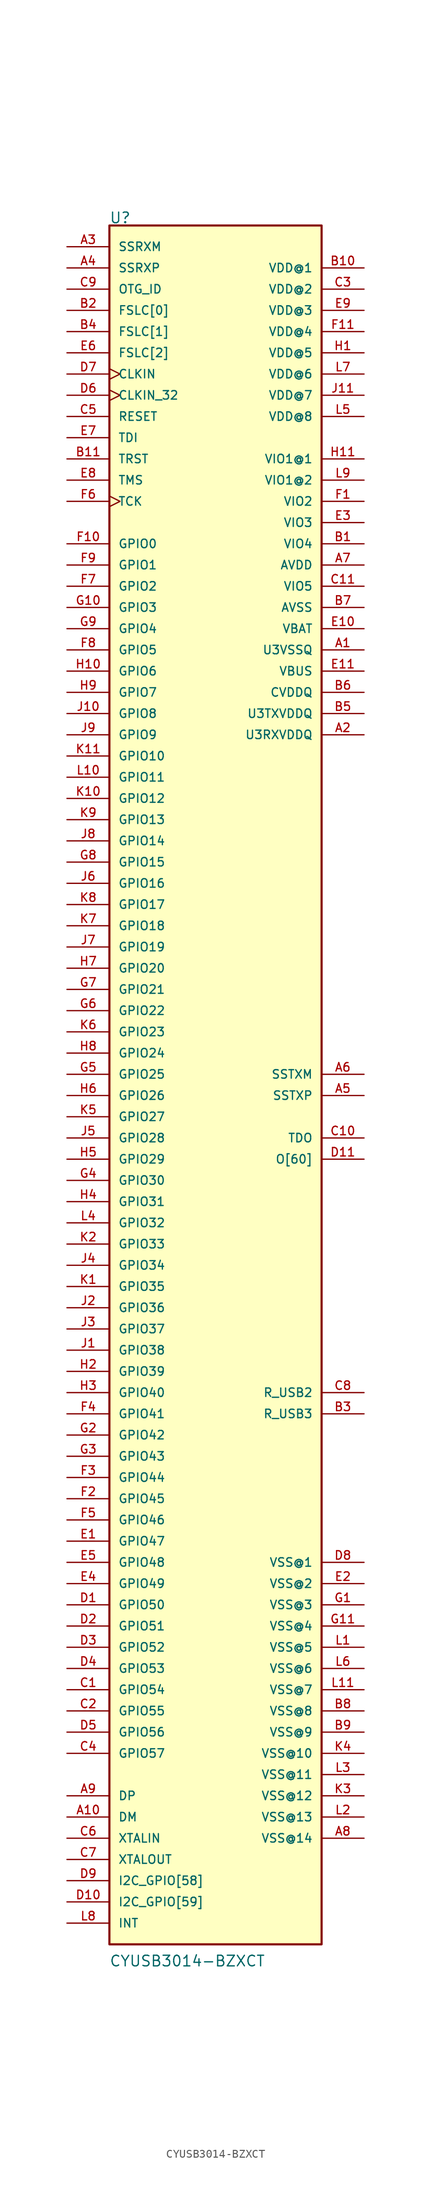
<source format=kicad_sym>
(kicad_symbol_lib
  (version 20211014)
  (generator kicad_symbol_editor)
  (symbol "CYUSB3014-BZXCT"
    (pin_names
      (offset 1.016))
    (property "Reference" "U"
      (at -12.723 96.693 0)
      (effects (font (size 1.27 1.27)) (justify bottom left)))
    (property "Value" "CYUSB3014-BZXCT"
      (at -12.723 -111.959 0)
      (effects (font (size 1.27 1.27)) (justify bottom left)))
    (symbol "CYUSB3014-BZXCT_0_0"
      (rectangle (start -12.7 -109.22) (end 12.7 96.52) (stroke (width 0.254)) (fill (type background)))
      (pin bidirectional line (at -17.78 58.42 0) (length 5.08) (name "GPIO0" (effects (font (size 1.016 1.016)))) (number "F10" (effects (font (size 1.016 1.016)))))
      (pin bidirectional line (at -17.78 55.88 0) (length 5.08) (name "GPIO1" (effects (font (size 1.016 1.016)))) (number "F9" (effects (font (size 1.016 1.016)))))
      (pin bidirectional line (at -17.78 53.34 0) (length 5.08) (name "GPIO2" (effects (font (size 1.016 1.016)))) (number "F7" (effects (font (size 1.016 1.016)))))
      (pin bidirectional line (at -17.78 50.8 0) (length 5.08) (name "GPIO3" (effects (font (size 1.016 1.016)))) (number "G10" (effects (font (size 1.016 1.016)))))
      (pin bidirectional line (at -17.78 48.26 0) (length 5.08) (name "GPIO4" (effects (font (size 1.016 1.016)))) (number "G9" (effects (font (size 1.016 1.016)))))
      (pin bidirectional line (at -17.78 45.72 0) (length 5.08) (name "GPIO5" (effects (font (size 1.016 1.016)))) (number "F8" (effects (font (size 1.016 1.016)))))
      (pin bidirectional line (at -17.78 43.18 0) (length 5.08) (name "GPIO6" (effects (font (size 1.016 1.016)))) (number "H10" (effects (font (size 1.016 1.016)))))
      (pin bidirectional line (at -17.78 40.64 0) (length 5.08) (name "GPIO7" (effects (font (size 1.016 1.016)))) (number "H9" (effects (font (size 1.016 1.016)))))
      (pin bidirectional line (at -17.78 38.1 0) (length 5.08) (name "GPIO8" (effects (font (size 1.016 1.016)))) (number "J10" (effects (font (size 1.016 1.016)))))
      (pin bidirectional line (at -17.78 35.56 0) (length 5.08) (name "GPIO9" (effects (font (size 1.016 1.016)))) (number "J9" (effects (font (size 1.016 1.016)))))
      (pin bidirectional line (at -17.78 33.02 0) (length 5.08) (name "GPIO10" (effects (font (size 1.016 1.016)))) (number "K11" (effects (font (size 1.016 1.016)))))
      (pin bidirectional line (at -17.78 30.48 0) (length 5.08) (name "GPIO11" (effects (font (size 1.016 1.016)))) (number "L10" (effects (font (size 1.016 1.016)))))
      (pin bidirectional line (at -17.78 27.94 0) (length 5.08) (name "GPIO12" (effects (font (size 1.016 1.016)))) (number "K10" (effects (font (size 1.016 1.016)))))
      (pin bidirectional line (at -17.78 25.4 0) (length 5.08) (name "GPIO13" (effects (font (size 1.016 1.016)))) (number "K9" (effects (font (size 1.016 1.016)))))
      (pin bidirectional line (at -17.78 22.86 0) (length 5.08) (name "GPIO14" (effects (font (size 1.016 1.016)))) (number "J8" (effects (font (size 1.016 1.016)))))
      (pin bidirectional line (at -17.78 20.32 0) (length 5.08) (name "GPIO15" (effects (font (size 1.016 1.016)))) (number "G8" (effects (font (size 1.016 1.016)))))
      (pin bidirectional line (at -17.78 17.78 0) (length 5.08) (name "GPIO16" (effects (font (size 1.016 1.016)))) (number "J6" (effects (font (size 1.016 1.016)))))
      (pin bidirectional line (at -17.78 15.24 0) (length 5.08) (name "GPIO17" (effects (font (size 1.016 1.016)))) (number "K8" (effects (font (size 1.016 1.016)))))
      (pin bidirectional line (at -17.78 12.7 0) (length 5.08) (name "GPIO18" (effects (font (size 1.016 1.016)))) (number "K7" (effects (font (size 1.016 1.016)))))
      (pin bidirectional line (at -17.78 10.16 0) (length 5.08) (name "GPIO19" (effects (font (size 1.016 1.016)))) (number "J7" (effects (font (size 1.016 1.016)))))
      (pin bidirectional line (at -17.78 7.62 0) (length 5.08) (name "GPIO20" (effects (font (size 1.016 1.016)))) (number "H7" (effects (font (size 1.016 1.016)))))
      (pin bidirectional line (at -17.78 5.08 0) (length 5.08) (name "GPIO21" (effects (font (size 1.016 1.016)))) (number "G7" (effects (font (size 1.016 1.016)))))
      (pin bidirectional line (at -17.78 2.54 0) (length 5.08) (name "GPIO22" (effects (font (size 1.016 1.016)))) (number "G6" (effects (font (size 1.016 1.016)))))
      (pin bidirectional line (at -17.78 0.0 0) (length 5.08) (name "GPIO23" (effects (font (size 1.016 1.016)))) (number "K6" (effects (font (size 1.016 1.016)))))
      (pin bidirectional line (at -17.78 -2.54 0) (length 5.08) (name "GPIO24" (effects (font (size 1.016 1.016)))) (number "H8" (effects (font (size 1.016 1.016)))))
      (pin bidirectional line (at -17.78 -5.08 0) (length 5.08) (name "GPIO25" (effects (font (size 1.016 1.016)))) (number "G5" (effects (font (size 1.016 1.016)))))
      (pin bidirectional line (at -17.78 -7.62 0) (length 5.08) (name "GPIO26" (effects (font (size 1.016 1.016)))) (number "H6" (effects (font (size 1.016 1.016)))))
      (pin bidirectional line (at -17.78 -10.16 0) (length 5.08) (name "GPIO27" (effects (font (size 1.016 1.016)))) (number "K5" (effects (font (size 1.016 1.016)))))
      (pin bidirectional line (at -17.78 -12.7 0) (length 5.08) (name "GPIO28" (effects (font (size 1.016 1.016)))) (number "J5" (effects (font (size 1.016 1.016)))))
      (pin bidirectional line (at -17.78 -15.24 0) (length 5.08) (name "GPIO29" (effects (font (size 1.016 1.016)))) (number "H5" (effects (font (size 1.016 1.016)))))
      (pin bidirectional line (at -17.78 -17.78 0) (length 5.08) (name "GPIO30" (effects (font (size 1.016 1.016)))) (number "G4" (effects (font (size 1.016 1.016)))))
      (pin bidirectional line (at -17.78 -20.32 0) (length 5.08) (name "GPIO31" (effects (font (size 1.016 1.016)))) (number "H4" (effects (font (size 1.016 1.016)))))
      (pin bidirectional line (at -17.78 -22.86 0) (length 5.08) (name "GPIO32" (effects (font (size 1.016 1.016)))) (number "L4" (effects (font (size 1.016 1.016)))))
      (pin bidirectional line (at -17.78 -25.4 0) (length 5.08) (name "GPIO33" (effects (font (size 1.016 1.016)))) (number "K2" (effects (font (size 1.016 1.016)))))
      (pin bidirectional line (at -17.78 -27.94 0) (length 5.08) (name "GPIO34" (effects (font (size 1.016 1.016)))) (number "J4" (effects (font (size 1.016 1.016)))))
      (pin bidirectional line (at -17.78 -30.48 0) (length 5.08) (name "GPIO35" (effects (font (size 1.016 1.016)))) (number "K1" (effects (font (size 1.016 1.016)))))
      (pin bidirectional line (at -17.78 -33.02 0) (length 5.08) (name "GPIO36" (effects (font (size 1.016 1.016)))) (number "J2" (effects (font (size 1.016 1.016)))))
      (pin bidirectional line (at -17.78 -35.56 0) (length 5.08) (name "GPIO37" (effects (font (size 1.016 1.016)))) (number "J3" (effects (font (size 1.016 1.016)))))
      (pin bidirectional line (at -17.78 -38.1 0) (length 5.08) (name "GPIO38" (effects (font (size 1.016 1.016)))) (number "J1" (effects (font (size 1.016 1.016)))))
      (pin bidirectional line (at -17.78 -40.64 0) (length 5.08) (name "GPIO39" (effects (font (size 1.016 1.016)))) (number "H2" (effects (font (size 1.016 1.016)))))
      (pin bidirectional line (at -17.78 -43.18 0) (length 5.08) (name "GPIO40" (effects (font (size 1.016 1.016)))) (number "H3" (effects (font (size 1.016 1.016)))))
      (pin bidirectional line (at -17.78 -45.72 0) (length 5.08) (name "GPIO41" (effects (font (size 1.016 1.016)))) (number "F4" (effects (font (size 1.016 1.016)))))
      (pin bidirectional line (at -17.78 -48.26 0) (length 5.08) (name "GPIO42" (effects (font (size 1.016 1.016)))) (number "G2" (effects (font (size 1.016 1.016)))))
      (pin bidirectional line (at -17.78 -50.8 0) (length 5.08) (name "GPIO43" (effects (font (size 1.016 1.016)))) (number "G3" (effects (font (size 1.016 1.016)))))
      (pin bidirectional line (at -17.78 -53.34 0) (length 5.08) (name "GPIO44" (effects (font (size 1.016 1.016)))) (number "F3" (effects (font (size 1.016 1.016)))))
      (pin bidirectional line (at -17.78 -55.88 0) (length 5.08) (name "GPIO45" (effects (font (size 1.016 1.016)))) (number "F2" (effects (font (size 1.016 1.016)))))
      (pin bidirectional line (at -17.78 -58.42 0) (length 5.08) (name "GPIO46" (effects (font (size 1.016 1.016)))) (number "F5" (effects (font (size 1.016 1.016)))))
      (pin bidirectional line (at -17.78 -60.96 0) (length 5.08) (name "GPIO47" (effects (font (size 1.016 1.016)))) (number "E1" (effects (font (size 1.016 1.016)))))
      (pin bidirectional line (at -17.78 -63.5 0) (length 5.08) (name "GPIO48" (effects (font (size 1.016 1.016)))) (number "E5" (effects (font (size 1.016 1.016)))))
      (pin bidirectional line (at -17.78 -66.04 0) (length 5.08) (name "GPIO49" (effects (font (size 1.016 1.016)))) (number "E4" (effects (font (size 1.016 1.016)))))
      (pin bidirectional line (at -17.78 -68.58 0) (length 5.08) (name "GPIO50" (effects (font (size 1.016 1.016)))) (number "D1" (effects (font (size 1.016 1.016)))))
      (pin bidirectional line (at -17.78 -71.12 0) (length 5.08) (name "GPIO51" (effects (font (size 1.016 1.016)))) (number "D2" (effects (font (size 1.016 1.016)))))
      (pin bidirectional line (at -17.78 -73.66 0) (length 5.08) (name "GPIO52" (effects (font (size 1.016 1.016)))) (number "D3" (effects (font (size 1.016 1.016)))))
      (pin bidirectional line (at -17.78 -76.2 0) (length 5.08) (name "GPIO53" (effects (font (size 1.016 1.016)))) (number "D4" (effects (font (size 1.016 1.016)))))
      (pin bidirectional line (at -17.78 -78.74 0) (length 5.08) (name "GPIO54" (effects (font (size 1.016 1.016)))) (number "C1" (effects (font (size 1.016 1.016)))))
      (pin bidirectional line (at -17.78 -81.28 0) (length 5.08) (name "GPIO55" (effects (font (size 1.016 1.016)))) (number "C2" (effects (font (size 1.016 1.016)))))
      (pin bidirectional line (at -17.78 -83.82 0) (length 5.08) (name "GPIO56" (effects (font (size 1.016 1.016)))) (number "D5" (effects (font (size 1.016 1.016)))))
      (pin bidirectional line (at -17.78 -86.36 0) (length 5.08) (name "GPIO57" (effects (font (size 1.016 1.016)))) (number "C4" (effects (font (size 1.016 1.016)))))
      (pin input line (at -17.78 93.98 0) (length 5.08) (name "SSRXM" (effects (font (size 1.016 1.016)))) (number "A3" (effects (font (size 1.016 1.016)))))
      (pin input line (at -17.78 91.44 0) (length 5.08) (name "SSRXP" (effects (font (size 1.016 1.016)))) (number "A4" (effects (font (size 1.016 1.016)))))
      (pin output line (at 17.78 -5.08 180.0) (length 5.08) (name "SSTXM" (effects (font (size 1.016 1.016)))) (number "A6" (effects (font (size 1.016 1.016)))))
      (pin output line (at 17.78 -7.62 180.0) (length 5.08) (name "SSTXP" (effects (font (size 1.016 1.016)))) (number "A5" (effects (font (size 1.016 1.016)))))
      (pin passive line (at 17.78 -45.72 180.0) (length 5.08) (name "R_USB3" (effects (font (size 1.016 1.016)))) (number "B3" (effects (font (size 1.016 1.016)))))
      (pin input line (at -17.78 88.9 0) (length 5.08) (name "OTG_ID" (effects (font (size 1.016 1.016)))) (number "C9" (effects (font (size 1.016 1.016)))))
      (pin bidirectional line (at -17.78 -91.44 0) (length 5.08) (name "DP" (effects (font (size 1.016 1.016)))) (number "A9" (effects (font (size 1.016 1.016)))))
      (pin bidirectional line (at -17.78 -93.98 0) (length 5.08) (name "DM" (effects (font (size 1.016 1.016)))) (number "A10" (effects (font (size 1.016 1.016)))))
      (pin passive line (at 17.78 -43.18 180.0) (length 5.08) (name "R_USB2" (effects (font (size 1.016 1.016)))) (number "C8" (effects (font (size 1.016 1.016)))))
      (pin input line (at -17.78 86.36 0) (length 5.08) (name "FSLC[0]" (effects (font (size 1.016 1.016)))) (number "B2" (effects (font (size 1.016 1.016)))))
      (pin bidirectional line (at -17.78 -96.52 0) (length 5.08) (name "XTALIN" (effects (font (size 1.016 1.016)))) (number "C6" (effects (font (size 1.016 1.016)))))
      (pin bidirectional line (at -17.78 -99.06 0) (length 5.08) (name "XTALOUT" (effects (font (size 1.016 1.016)))) (number "C7" (effects (font (size 1.016 1.016)))))
      (pin input line (at -17.78 83.82 0) (length 5.08) (name "FSLC[1]" (effects (font (size 1.016 1.016)))) (number "B4" (effects (font (size 1.016 1.016)))))
      (pin input line (at -17.78 81.28 0) (length 5.08) (name "FSLC[2]" (effects (font (size 1.016 1.016)))) (number "E6" (effects (font (size 1.016 1.016)))))
      (pin input clock (at -17.78 78.74 0) (length 5.08) (name "CLKIN" (effects (font (size 1.016 1.016)))) (number "D7" (effects (font (size 1.016 1.016)))))
      (pin input clock (at -17.78 76.2 0) (length 5.08) (name "CLKIN_32" (effects (font (size 1.016 1.016)))) (number "D6" (effects (font (size 1.016 1.016)))))
      (pin input line (at -17.78 73.66 0) (length 5.08) (name "RESET" (effects (font (size 1.016 1.016)))) (number "C5" (effects (font (size 1.016 1.016)))))
      (pin bidirectional line (at -17.78 -101.6 0) (length 5.08) (name "I2C_GPIO[58]" (effects (font (size 1.016 1.016)))) (number "D9" (effects (font (size 1.016 1.016)))))
      (pin bidirectional line (at -17.78 -104.14 0) (length 5.08) (name "I2C_GPIO[59]" (effects (font (size 1.016 1.016)))) (number "D10" (effects (font (size 1.016 1.016)))))
      (pin input line (at -17.78 71.12 0) (length 5.08) (name "TDI" (effects (font (size 1.016 1.016)))) (number "E7" (effects (font (size 1.016 1.016)))))
      (pin output line (at 17.78 -12.7 180.0) (length 5.08) (name "TDO" (effects (font (size 1.016 1.016)))) (number "C10" (effects (font (size 1.016 1.016)))))
      (pin input line (at -17.78 68.58 0) (length 5.08) (name "TRST" (effects (font (size 1.016 1.016)))) (number "B11" (effects (font (size 1.016 1.016)))))
      (pin input line (at -17.78 66.04 0) (length 5.08) (name "TMS" (effects (font (size 1.016 1.016)))) (number "E8" (effects (font (size 1.016 1.016)))))
      (pin input clock (at -17.78 63.5 0) (length 5.08) (name "TCK" (effects (font (size 1.016 1.016)))) (number "F6" (effects (font (size 1.016 1.016)))))
      (pin output line (at 17.78 -15.24 180.0) (length 5.08) (name "O[60]" (effects (font (size 1.016 1.016)))) (number "D11" (effects (font (size 1.016 1.016)))))
      (pin power_in line (at 17.78 48.26 180.0) (length 5.08) (name "VBAT" (effects (font (size 1.016 1.016)))) (number "E10" (effects (font (size 1.016 1.016)))))
      (pin power_in line (at 17.78 45.72 180.0) (length 5.08) (name "U3VSSQ" (effects (font (size 1.016 1.016)))) (number "A1" (effects (font (size 1.016 1.016)))))
      (pin power_in line (at 17.78 43.18 180.0) (length 5.08) (name "VBUS" (effects (font (size 1.016 1.016)))) (number "E11" (effects (font (size 1.016 1.016)))))
      (pin power_in line (at 17.78 40.64 180.0) (length 5.08) (name "CVDDQ" (effects (font (size 1.016 1.016)))) (number "B6" (effects (font (size 1.016 1.016)))))
      (pin power_in line (at 17.78 38.1 180.0) (length 5.08) (name "U3TXVDDQ" (effects (font (size 1.016 1.016)))) (number "B5" (effects (font (size 1.016 1.016)))))
      (pin power_in line (at 17.78 68.58 180.0) (length 5.08) (name "VIO1@1" (effects (font (size 1.016 1.016)))) (number "H11" (effects (font (size 1.016 1.016)))))
      (pin power_in line (at 17.78 66.04 180.0) (length 5.08) (name "VIO1@2" (effects (font (size 1.016 1.016)))) (number "L9" (effects (font (size 1.016 1.016)))))
      (pin power_in line (at 17.78 63.5 180.0) (length 5.08) (name "VIO2" (effects (font (size 1.016 1.016)))) (number "F1" (effects (font (size 1.016 1.016)))))
      (pin power_in line (at 17.78 60.96 180.0) (length 5.08) (name "VIO3" (effects (font (size 1.016 1.016)))) (number "E3" (effects (font (size 1.016 1.016)))))
      (pin power_in line (at 17.78 58.42 180.0) (length 5.08) (name "VIO4" (effects (font (size 1.016 1.016)))) (number "B1" (effects (font (size 1.016 1.016)))))
      (pin power_in line (at 17.78 55.88 180.0) (length 5.08) (name "AVDD" (effects (font (size 1.016 1.016)))) (number "A7" (effects (font (size 1.016 1.016)))))
      (pin power_in line (at 17.78 53.34 180.0) (length 5.08) (name "VIO5" (effects (font (size 1.016 1.016)))) (number "C11" (effects (font (size 1.016 1.016)))))
      (pin power_in line (at 17.78 50.8 180.0) (length 5.08) (name "AVSS" (effects (font (size 1.016 1.016)))) (number "B7" (effects (font (size 1.016 1.016)))))
      (pin power_in line (at 17.78 91.44 180.0) (length 5.08) (name "VDD@1" (effects (font (size 1.016 1.016)))) (number "B10" (effects (font (size 1.016 1.016)))))
      (pin power_in line (at 17.78 88.9 180.0) (length 5.08) (name "VDD@2" (effects (font (size 1.016 1.016)))) (number "C3" (effects (font (size 1.016 1.016)))))
      (pin power_in line (at 17.78 86.36 180.0) (length 5.08) (name "VDD@3" (effects (font (size 1.016 1.016)))) (number "E9" (effects (font (size 1.016 1.016)))))
      (pin power_in line (at 17.78 83.82 180.0) (length 5.08) (name "VDD@4" (effects (font (size 1.016 1.016)))) (number "F11" (effects (font (size 1.016 1.016)))))
      (pin power_in line (at 17.78 81.28 180.0) (length 5.08) (name "VDD@5" (effects (font (size 1.016 1.016)))) (number "H1" (effects (font (size 1.016 1.016)))))
      (pin power_in line (at 17.78 78.74 180.0) (length 5.08) (name "VDD@6" (effects (font (size 1.016 1.016)))) (number "L7" (effects (font (size 1.016 1.016)))))
      (pin power_in line (at 17.78 76.2 180.0) (length 5.08) (name "VDD@7" (effects (font (size 1.016 1.016)))) (number "J11" (effects (font (size 1.016 1.016)))))
      (pin power_in line (at 17.78 73.66 180.0) (length 5.08) (name "VDD@8" (effects (font (size 1.016 1.016)))) (number "L5" (effects (font (size 1.016 1.016)))))
      (pin power_in line (at 17.78 -63.5 180.0) (length 5.08) (name "VSS@1" (effects (font (size 1.016 1.016)))) (number "D8" (effects (font (size 1.016 1.016)))))
      (pin power_in line (at 17.78 -66.04 180.0) (length 5.08) (name "VSS@2" (effects (font (size 1.016 1.016)))) (number "E2" (effects (font (size 1.016 1.016)))))
      (pin power_in line (at 17.78 -68.58 180.0) (length 5.08) (name "VSS@3" (effects (font (size 1.016 1.016)))) (number "G1" (effects (font (size 1.016 1.016)))))
      (pin power_in line (at 17.78 -71.12 180.0) (length 5.08) (name "VSS@4" (effects (font (size 1.016 1.016)))) (number "G11" (effects (font (size 1.016 1.016)))))
      (pin power_in line (at 17.78 -73.66 180.0) (length 5.08) (name "VSS@5" (effects (font (size 1.016 1.016)))) (number "L1" (effects (font (size 1.016 1.016)))))
      (pin power_in line (at 17.78 -76.2 180.0) (length 5.08) (name "VSS@6" (effects (font (size 1.016 1.016)))) (number "L6" (effects (font (size 1.016 1.016)))))
      (pin power_in line (at 17.78 -78.74 180.0) (length 5.08) (name "VSS@7" (effects (font (size 1.016 1.016)))) (number "L11" (effects (font (size 1.016 1.016)))))
      (pin power_in line (at 17.78 -81.28 180.0) (length 5.08) (name "VSS@8" (effects (font (size 1.016 1.016)))) (number "B8" (effects (font (size 1.016 1.016)))))
      (pin power_in line (at 17.78 -83.82 180.0) (length 5.08) (name "VSS@9" (effects (font (size 1.016 1.016)))) (number "B9" (effects (font (size 1.016 1.016)))))
      (pin power_in line (at 17.78 -86.36 180.0) (length 5.08) (name "VSS@10" (effects (font (size 1.016 1.016)))) (number "K4" (effects (font (size 1.016 1.016)))))
      (pin power_in line (at 17.78 -88.9 180.0) (length 5.08) (name "VSS@11" (effects (font (size 1.016 1.016)))) (number "L3" (effects (font (size 1.016 1.016)))))
      (pin power_in line (at 17.78 -91.44 180.0) (length 5.08) (name "VSS@12" (effects (font (size 1.016 1.016)))) (number "K3" (effects (font (size 1.016 1.016)))))
      (pin bidirectional line (at -17.78 -106.68 0) (length 5.08) (name "INT" (effects (font (size 1.016 1.016)))) (number "L8" (effects (font (size 1.016 1.016)))))
      (pin power_in line (at 17.78 35.56 180.0) (length 5.08) (name "U3RXVDDQ" (effects (font (size 1.016 1.016)))) (number "A2" (effects (font (size 1.016 1.016)))))
      (pin power_in line (at 17.78 -93.98 180.0) (length 5.08) (name "VSS@13" (effects (font (size 1.016 1.016)))) (number "L2" (effects (font (size 1.016 1.016)))))
      (pin power_in line (at 17.78 -96.52 180.0) (length 5.08) (name "VSS@14" (effects (font (size 1.016 1.016)))) (number "A8" (effects (font (size 1.016 1.016))))))))
</source>
